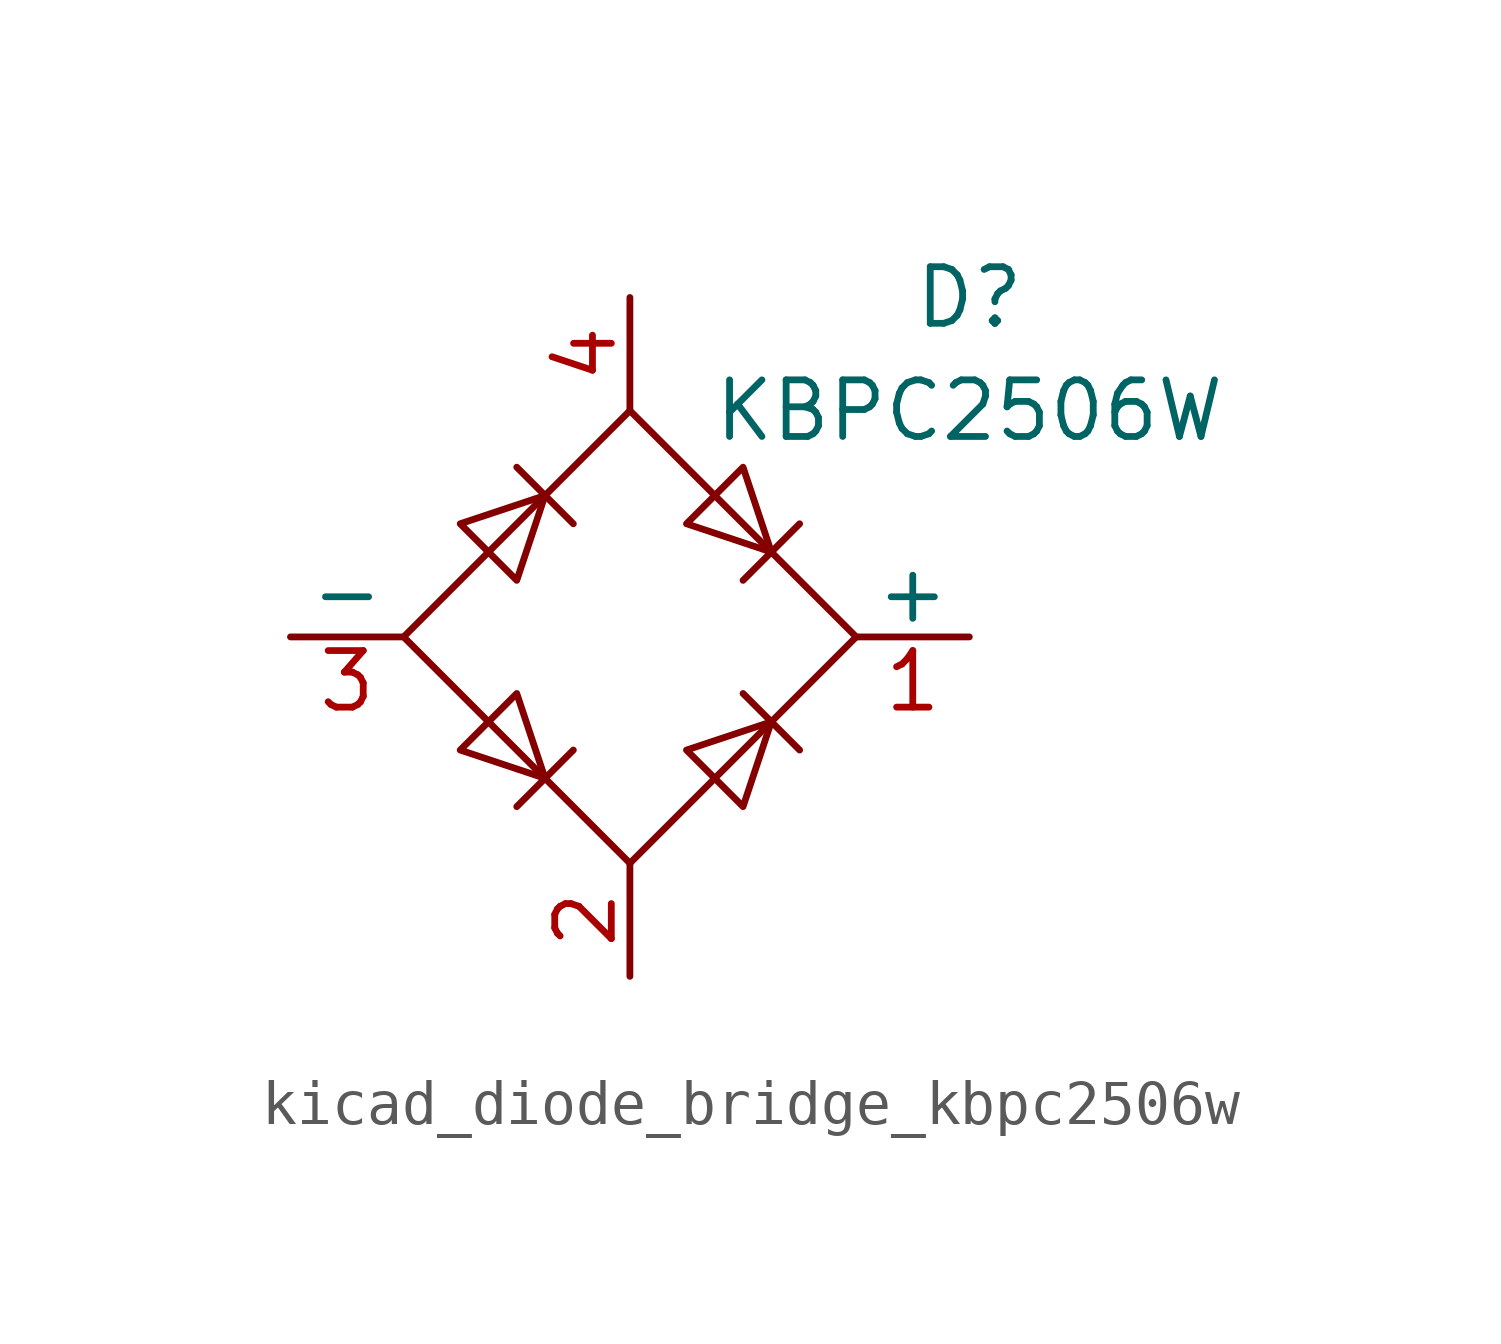
<source format=kicad_sym>
(kicad_symbol_lib
  (version 20220914)
  (generator kicad_symbol_editor)
  (symbol "kicad_diode_bridge_kbpc2506w"
    (pin_names
      (offset 0))
    (property "Reference" "D"
      (at 7.62 7.62 0)
      (effects (font (size 1.27 1.27))))
    (property "Value" "KBPC2506W"
      (at 7.62 5.08 0)
      (effects (font (size 1.27 1.27))))
    (symbol "kicad_diode_bridge_kbpc2506w_0_1"
      (polyline (pts (xy -2.54 3.81) (xy -1.27 2.54)) (stroke (width 0) (type default)) (fill (type none)))
      (polyline (pts (xy -1.27 -2.54) (xy -2.54 -3.81)) (stroke (width 0) (type default)) (fill (type none)))
      (polyline (pts (xy 2.54 -1.27) (xy 3.81 -2.54)) (stroke (width 0) (type default)) (fill (type none)))
      (polyline (pts (xy 2.54 1.27) (xy 3.81 2.54)) (stroke (width 0) (type default)) (fill (type none)))
      (polyline (pts (xy -3.81 2.54) (xy -2.54 1.27) (xy -1.905 3.175) (xy -3.81 2.54)) (stroke (width 0) (type default)) (fill (type none)))
      (polyline (pts (xy -2.54 -1.27) (xy -3.81 -2.54) (xy -1.905 -3.175) (xy -2.54 -1.27)) (stroke (width 0) (type default)) (fill (type none)))
      (polyline (pts (xy 1.27 2.54) (xy 2.54 3.81) (xy 3.175 1.905) (xy 1.27 2.54)) (stroke (width 0) (type default)) (fill (type none)))
      (polyline (pts (xy 3.175 -1.905) (xy 1.27 -2.54) (xy 2.54 -3.81) (xy 3.175 -1.905)) (stroke (width 0) (type default)) (fill (type none)))
      (polyline (pts (xy -5.08 0) (xy 0 -5.08) (xy 5.08 0) (xy 0 5.08) (xy -5.08 0)) (stroke (width 0) (type default)) (fill (type none))))
    (symbol "kicad_diode_bridge_kbpc2506w_1_1"
      (pin passive line (at 7.62 0 180) (length 2.54) (name "+" (effects (font (size 1.27 1.27)))) (number "1" (effects (font (size 1.27 1.27)))))
      (pin passive line (at 0 -7.62 90) (length 2.54) (name "~" (effects (font (size 1.27 1.27)))) (number "2" (effects (font (size 1.27 1.27)))))
      (pin passive line (at -7.62 0 0) (length 2.54) (name "-" (effects (font (size 1.27 1.27)))) (number "3" (effects (font (size 1.27 1.27)))))
      (pin passive line (at 0 7.62 270) (length 2.54) (name "~" (effects (font (size 1.27 1.27)))) (number "4" (effects (font (size 1.27 1.27))))))))
</source>
